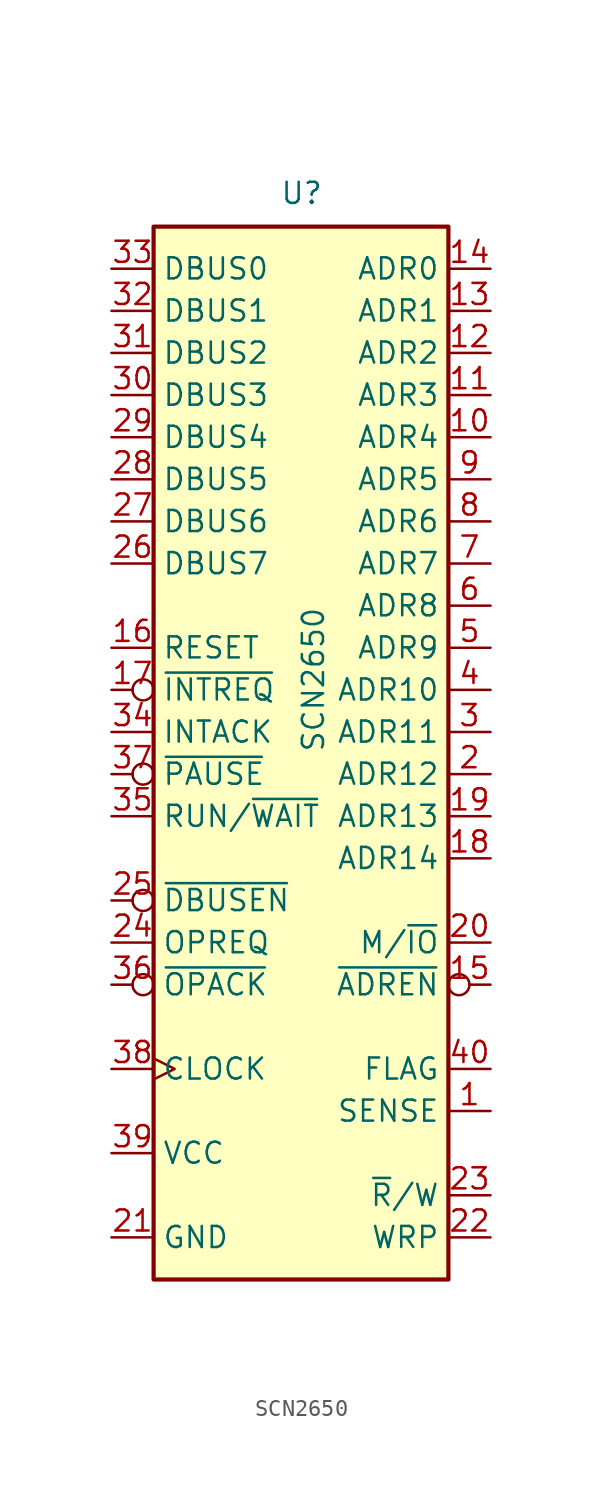
<source format=kicad_sym>
(kicad_symbol_lib
  (version 20220914)
  (generator kicad_symbol_editor)
  (symbol "SCN2650"
    (property "Reference" "U"
      (at -1.27 31.75 0)
      (effects (font (size 1.27 1.27)) (justify left bottom)))
    (property "Value" "SCN2650"
      (at 0 -1.27 90)
      (effects (font (size 1.27 1.27)) (justify left top)))
    (symbol "SCN2650_0_1"
      (rectangle (start -8.89 -33.02) (end 8.89 30.48) (stroke (width 0.254) (type default)) (fill (type background))))
    (symbol "SCN2650_1_1"
      (pin input line (at 11.43 -22.86 180) (length 2.54) (name "SENSE" (effects (font (size 1.27 1.27)))) (number "1" (effects (font (size 1.27 1.27)))))
      (pin output line (at 11.43 17.78 180) (length 2.54) (name "ADR4" (effects (font (size 1.27 1.27)))) (number "10" (effects (font (size 1.27 1.27)))))
      (pin output line (at 11.43 20.32 180) (length 2.54) (name "ADR3" (effects (font (size 1.27 1.27)))) (number "11" (effects (font (size 1.27 1.27)))))
      (pin output line (at 11.43 22.86 180) (length 2.54) (name "ADR2" (effects (font (size 1.27 1.27)))) (number "12" (effects (font (size 1.27 1.27)))))
      (pin output line (at 11.43 25.4 180) (length 2.54) (name "ADR1" (effects (font (size 1.27 1.27)))) (number "13" (effects (font (size 1.27 1.27)))))
      (pin output line (at 11.43 27.94 180) (length 2.54) (name "ADR0" (effects (font (size 1.27 1.27)))) (number "14" (effects (font (size 1.27 1.27)))))
      (pin output inverted (at 11.43 -15.24 180) (length 2.54) (name "~{ADREN}" (effects (font (size 1.27 1.27)))) (number "15" (effects (font (size 1.27 1.27)))))
      (pin input line (at -11.43 5.08 0) (length 2.54) (name "RESET" (effects (font (size 1.27 1.27)))) (number "16" (effects (font (size 1.27 1.27)))))
      (pin input inverted (at -11.43 2.54 0) (length 2.54) (name "~{INTREQ}" (effects (font (size 1.27 1.27)))) (number "17" (effects (font (size 1.27 1.27)))))
      (pin output line (at 11.43 -7.62 180) (length 2.54) (name "ADR14" (effects (font (size 1.27 1.27)))) (number "18" (effects (font (size 1.27 1.27)))))
      (pin output line (at 11.43 -5.08 180) (length 2.54) (name "ADR13" (effects (font (size 1.27 1.27)))) (number "19" (effects (font (size 1.27 1.27)))))
      (pin output line (at 11.43 -2.54 180) (length 2.54) (name "ADR12" (effects (font (size 1.27 1.27)))) (number "2" (effects (font (size 1.27 1.27)))))
      (pin output line (at 11.43 -12.7 180) (length 2.54) (name "M/~{IO}" (effects (font (size 1.27 1.27)))) (number "20" (effects (font (size 1.27 1.27)))))
      (pin power_in line (at -11.43 -30.48 0) (length 2.54) (name "GND" (effects (font (size 1.27 1.27)))) (number "21" (effects (font (size 1.27 1.27)))))
      (pin output line (at 11.43 -30.48 180) (length 2.54) (name "WRP" (effects (font (size 1.27 1.27)))) (number "22" (effects (font (size 1.27 1.27)))))
      (pin output line (at 11.43 -27.94 180) (length 2.54) (name "~{R}/W" (effects (font (size 1.27 1.27)))) (number "23" (effects (font (size 1.27 1.27)))))
      (pin output line (at -11.43 -12.7 0) (length 2.54) (name "OPREQ" (effects (font (size 1.27 1.27)))) (number "24" (effects (font (size 1.27 1.27)))))
      (pin input inverted (at -11.43 -10.16 0) (length 2.54) (name "~{DBUSEN}" (effects (font (size 1.27 1.27)))) (number "25" (effects (font (size 1.27 1.27)))))
      (pin bidirectional line (at -11.43 10.16 0) (length 2.54) (name "DBUS7" (effects (font (size 1.27 1.27)))) (number "26" (effects (font (size 1.27 1.27)))))
      (pin bidirectional line (at -11.43 12.7 0) (length 2.54) (name "DBUS6" (effects (font (size 1.27 1.27)))) (number "27" (effects (font (size 1.27 1.27)))))
      (pin bidirectional line (at -11.43 15.24 0) (length 2.54) (name "DBUS5" (effects (font (size 1.27 1.27)))) (number "28" (effects (font (size 1.27 1.27)))))
      (pin bidirectional line (at -11.43 17.78 0) (length 2.54) (name "DBUS4" (effects (font (size 1.27 1.27)))) (number "29" (effects (font (size 1.27 1.27)))))
      (pin output line (at 11.43 0 180) (length 2.54) (name "ADR11" (effects (font (size 1.27 1.27)))) (number "3" (effects (font (size 1.27 1.27)))))
      (pin bidirectional line (at -11.43 20.32 0) (length 2.54) (name "DBUS3" (effects (font (size 1.27 1.27)))) (number "30" (effects (font (size 1.27 1.27)))))
      (pin bidirectional line (at -11.43 22.86 0) (length 2.54) (name "DBUS2" (effects (font (size 1.27 1.27)))) (number "31" (effects (font (size 1.27 1.27)))))
      (pin bidirectional line (at -11.43 25.4 0) (length 2.54) (name "DBUS1" (effects (font (size 1.27 1.27)))) (number "32" (effects (font (size 1.27 1.27)))))
      (pin bidirectional line (at -11.43 27.94 0) (length 2.54) (name "DBUS0" (effects (font (size 1.27 1.27)))) (number "33" (effects (font (size 1.27 1.27)))))
      (pin output line (at -11.43 0 0) (length 2.54) (name "INTACK" (effects (font (size 1.27 1.27)))) (number "34" (effects (font (size 1.27 1.27)))))
      (pin output line (at -11.43 -5.08 0) (length 2.54) (name "RUN/~{WAIT}" (effects (font (size 1.27 1.27)))) (number "35" (effects (font (size 1.27 1.27)))))
      (pin input inverted (at -11.43 -15.24 0) (length 2.54) (name "~{OPACK}" (effects (font (size 1.27 1.27)))) (number "36" (effects (font (size 1.27 1.27)))))
      (pin input inverted (at -11.43 -2.54 0) (length 2.54) (name "~{PAUSE}" (effects (font (size 1.27 1.27)))) (number "37" (effects (font (size 1.27 1.27)))))
      (pin input clock (at -11.43 -20.32 0) (length 2.54) (name "CLOCK" (effects (font (size 1.27 1.27)))) (number "38" (effects (font (size 1.27 1.27)))))
      (pin power_in line (at -11.43 -25.4 0) (length 2.54) (name "VCC" (effects (font (size 1.27 1.27)))) (number "39" (effects (font (size 1.27 1.27)))))
      (pin output line (at 11.43 2.54 180) (length 2.54) (name "ADR10" (effects (font (size 1.27 1.27)))) (number "4" (effects (font (size 1.27 1.27)))))
      (pin output line (at 11.43 -20.32 180) (length 2.54) (name "FLAG" (effects (font (size 1.27 1.27)))) (number "40" (effects (font (size 1.27 1.27)))))
      (pin output line (at 11.43 5.08 180) (length 2.54) (name "ADR9" (effects (font (size 1.27 1.27)))) (number "5" (effects (font (size 1.27 1.27)))))
      (pin output line (at 11.43 7.62 180) (length 2.54) (name "ADR8" (effects (font (size 1.27 1.27)))) (number "6" (effects (font (size 1.27 1.27)))))
      (pin output line (at 11.43 10.16 180) (length 2.54) (name "ADR7" (effects (font (size 1.27 1.27)))) (number "7" (effects (font (size 1.27 1.27)))))
      (pin output line (at 11.43 12.7 180) (length 2.54) (name "ADR6" (effects (font (size 1.27 1.27)))) (number "8" (effects (font (size 1.27 1.27)))))
      (pin output line (at 11.43 15.24 180) (length 2.54) (name "ADR5" (effects (font (size 1.27 1.27)))) (number "9" (effects (font (size 1.27 1.27))))))))
</source>
